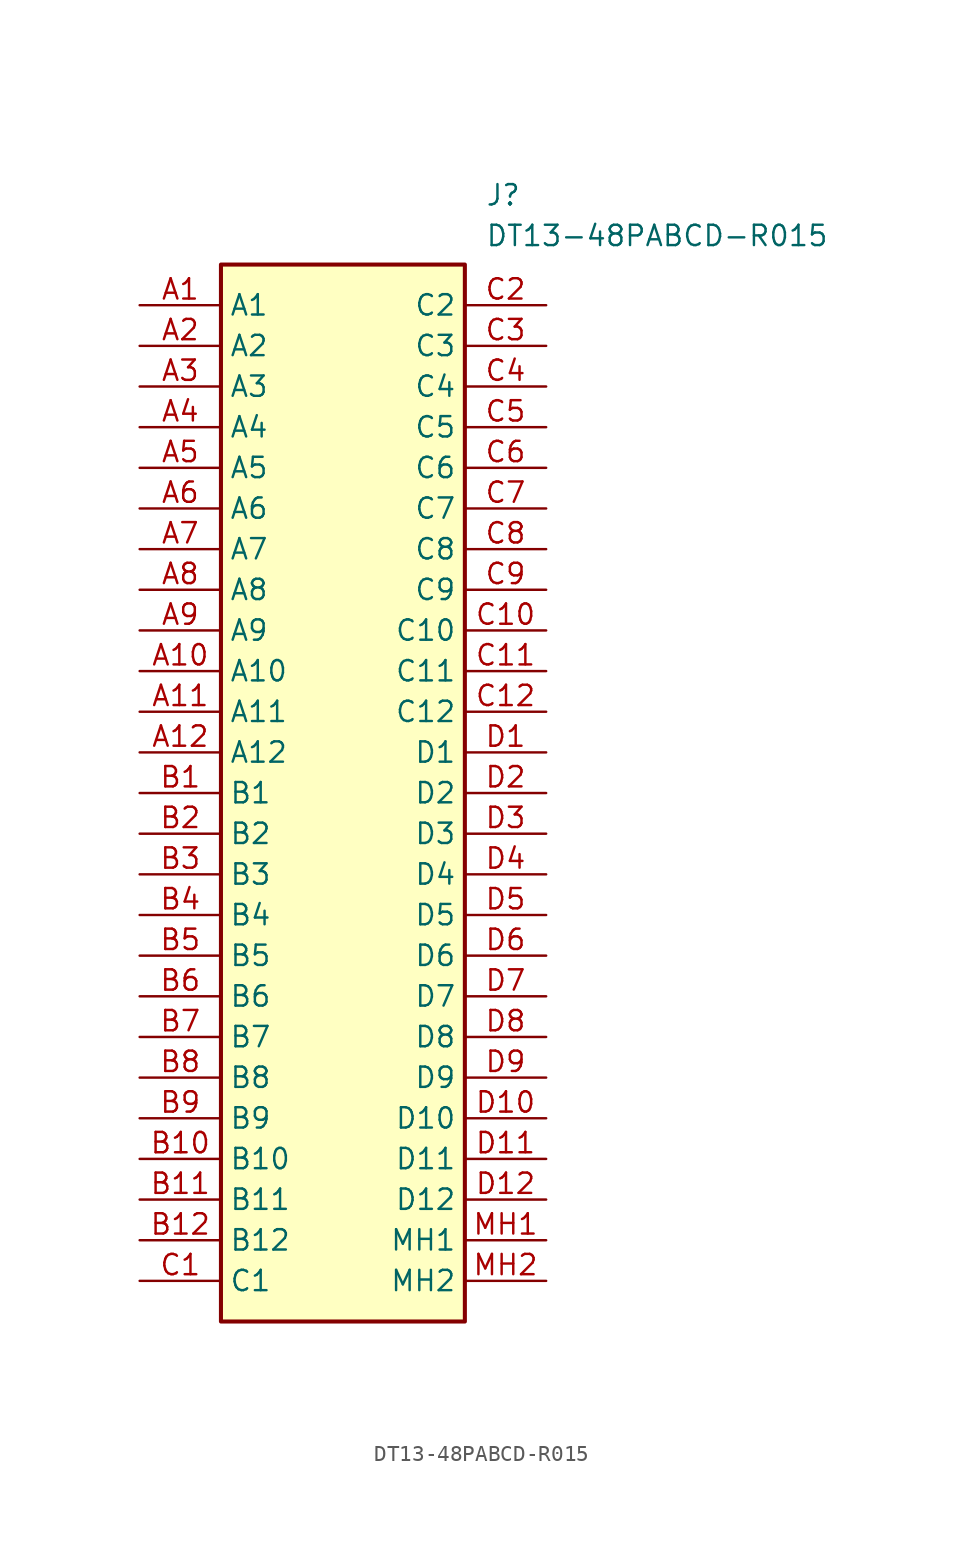
<source format=kicad_sym>
(kicad_symbol_lib
  (version 20211014)
  (generator SamacSys_ECAD_Model)
  (symbol "DT13-48PABCD-R015"
    (property "Reference" "J"
      (at 21.59 7.62 0)
      (effects (font (size 1.27 1.27)) (justify left top)))
    (property "Value" "DT13-48PABCD-R015"
      (at 21.59 5.08 0)
      (effects (font (size 1.27 1.27)) (justify left top)))
    (rectangle
      (start 5.08 2.54)
      (end 20.32 -63.5)
      (stroke (width 0.254) (type default))
      (fill (type background)))
    (pin passive line
      (at 0 0 0)
      (length 5.08)
      (name "A1" (effects (font (size 1.27 1.27))))
      (number "A1" (effects (font (size 1.27 1.27)))))
    (pin passive line
      (at 0 -2.54 0)
      (length 5.08)
      (name "A2" (effects (font (size 1.27 1.27))))
      (number "A2" (effects (font (size 1.27 1.27)))))
    (pin passive line
      (at 0 -5.08 0)
      (length 5.08)
      (name "A3" (effects (font (size 1.27 1.27))))
      (number "A3" (effects (font (size 1.27 1.27)))))
    (pin passive line
      (at 0 -7.62 0)
      (length 5.08)
      (name "A4" (effects (font (size 1.27 1.27))))
      (number "A4" (effects (font (size 1.27 1.27)))))
    (pin passive line
      (at 0 -10.16 0)
      (length 5.08)
      (name "A5" (effects (font (size 1.27 1.27))))
      (number "A5" (effects (font (size 1.27 1.27)))))
    (pin passive line
      (at 0 -12.7 0)
      (length 5.08)
      (name "A6" (effects (font (size 1.27 1.27))))
      (number "A6" (effects (font (size 1.27 1.27)))))
    (pin passive line
      (at 0 -15.24 0)
      (length 5.08)
      (name "A7" (effects (font (size 1.27 1.27))))
      (number "A7" (effects (font (size 1.27 1.27)))))
    (pin passive line
      (at 0 -17.78 0)
      (length 5.08)
      (name "A8" (effects (font (size 1.27 1.27))))
      (number "A8" (effects (font (size 1.27 1.27)))))
    (pin passive line
      (at 0 -20.32 0)
      (length 5.08)
      (name "A9" (effects (font (size 1.27 1.27))))
      (number "A9" (effects (font (size 1.27 1.27)))))
    (pin passive line
      (at 0 -22.86 0)
      (length 5.08)
      (name "A10" (effects (font (size 1.27 1.27))))
      (number "A10" (effects (font (size 1.27 1.27)))))
    (pin passive line
      (at 0 -25.4 0)
      (length 5.08)
      (name "A11" (effects (font (size 1.27 1.27))))
      (number "A11" (effects (font (size 1.27 1.27)))))
    (pin passive line
      (at 0 -27.94 0)
      (length 5.08)
      (name "A12" (effects (font (size 1.27 1.27))))
      (number "A12" (effects (font (size 1.27 1.27)))))
    (pin passive line
      (at 0 -30.48 0)
      (length 5.08)
      (name "B1" (effects (font (size 1.27 1.27))))
      (number "B1" (effects (font (size 1.27 1.27)))))
    (pin passive line
      (at 0 -33.02 0)
      (length 5.08)
      (name "B2" (effects (font (size 1.27 1.27))))
      (number "B2" (effects (font (size 1.27 1.27)))))
    (pin passive line
      (at 0 -35.56 0)
      (length 5.08)
      (name "B3" (effects (font (size 1.27 1.27))))
      (number "B3" (effects (font (size 1.27 1.27)))))
    (pin passive line
      (at 0 -38.1 0)
      (length 5.08)
      (name "B4" (effects (font (size 1.27 1.27))))
      (number "B4" (effects (font (size 1.27 1.27)))))
    (pin passive line
      (at 0 -40.64 0)
      (length 5.08)
      (name "B5" (effects (font (size 1.27 1.27))))
      (number "B5" (effects (font (size 1.27 1.27)))))
    (pin passive line
      (at 0 -43.18 0)
      (length 5.08)
      (name "B6" (effects (font (size 1.27 1.27))))
      (number "B6" (effects (font (size 1.27 1.27)))))
    (pin passive line
      (at 0 -45.72 0)
      (length 5.08)
      (name "B7" (effects (font (size 1.27 1.27))))
      (number "B7" (effects (font (size 1.27 1.27)))))
    (pin passive line
      (at 0 -48.26 0)
      (length 5.08)
      (name "B8" (effects (font (size 1.27 1.27))))
      (number "B8" (effects (font (size 1.27 1.27)))))
    (pin passive line
      (at 0 -50.8 0)
      (length 5.08)
      (name "B9" (effects (font (size 1.27 1.27))))
      (number "B9" (effects (font (size 1.27 1.27)))))
    (pin passive line
      (at 0 -53.34 0)
      (length 5.08)
      (name "B10" (effects (font (size 1.27 1.27))))
      (number "B10" (effects (font (size 1.27 1.27)))))
    (pin passive line
      (at 0 -55.88 0)
      (length 5.08)
      (name "B11" (effects (font (size 1.27 1.27))))
      (number "B11" (effects (font (size 1.27 1.27)))))
    (pin passive line
      (at 0 -58.42 0)
      (length 5.08)
      (name "B12" (effects (font (size 1.27 1.27))))
      (number "B12" (effects (font (size 1.27 1.27)))))
    (pin passive line
      (at 0 -60.96 0)
      (length 5.08)
      (name "C1" (effects (font (size 1.27 1.27))))
      (number "C1" (effects (font (size 1.27 1.27)))))
    (pin passive line
      (at 25.4 0 180)
      (length 5.08)
      (name "C2" (effects (font (size 1.27 1.27))))
      (number "C2" (effects (font (size 1.27 1.27)))))
    (pin passive line
      (at 25.4 -2.54 180)
      (length 5.08)
      (name "C3" (effects (font (size 1.27 1.27))))
      (number "C3" (effects (font (size 1.27 1.27)))))
    (pin passive line
      (at 25.4 -5.08 180)
      (length 5.08)
      (name "C4" (effects (font (size 1.27 1.27))))
      (number "C4" (effects (font (size 1.27 1.27)))))
    (pin passive line
      (at 25.4 -7.62 180)
      (length 5.08)
      (name "C5" (effects (font (size 1.27 1.27))))
      (number "C5" (effects (font (size 1.27 1.27)))))
    (pin passive line
      (at 25.4 -10.16 180)
      (length 5.08)
      (name "C6" (effects (font (size 1.27 1.27))))
      (number "C6" (effects (font (size 1.27 1.27)))))
    (pin passive line
      (at 25.4 -12.7 180)
      (length 5.08)
      (name "C7" (effects (font (size 1.27 1.27))))
      (number "C7" (effects (font (size 1.27 1.27)))))
    (pin passive line
      (at 25.4 -15.24 180)
      (length 5.08)
      (name "C8" (effects (font (size 1.27 1.27))))
      (number "C8" (effects (font (size 1.27 1.27)))))
    (pin passive line
      (at 25.4 -17.78 180)
      (length 5.08)
      (name "C9" (effects (font (size 1.27 1.27))))
      (number "C9" (effects (font (size 1.27 1.27)))))
    (pin passive line
      (at 25.4 -20.32 180)
      (length 5.08)
      (name "C10" (effects (font (size 1.27 1.27))))
      (number "C10" (effects (font (size 1.27 1.27)))))
    (pin passive line
      (at 25.4 -22.86 180)
      (length 5.08)
      (name "C11" (effects (font (size 1.27 1.27))))
      (number "C11" (effects (font (size 1.27 1.27)))))
    (pin passive line
      (at 25.4 -25.4 180)
      (length 5.08)
      (name "C12" (effects (font (size 1.27 1.27))))
      (number "C12" (effects (font (size 1.27 1.27)))))
    (pin passive line
      (at 25.4 -27.94 180)
      (length 5.08)
      (name "D1" (effects (font (size 1.27 1.27))))
      (number "D1" (effects (font (size 1.27 1.27)))))
    (pin passive line
      (at 25.4 -30.48 180)
      (length 5.08)
      (name "D2" (effects (font (size 1.27 1.27))))
      (number "D2" (effects (font (size 1.27 1.27)))))
    (pin passive line
      (at 25.4 -33.02 180)
      (length 5.08)
      (name "D3" (effects (font (size 1.27 1.27))))
      (number "D3" (effects (font (size 1.27 1.27)))))
    (pin passive line
      (at 25.4 -35.56 180)
      (length 5.08)
      (name "D4" (effects (font (size 1.27 1.27))))
      (number "D4" (effects (font (size 1.27 1.27)))))
    (pin passive line
      (at 25.4 -38.1 180)
      (length 5.08)
      (name "D5" (effects (font (size 1.27 1.27))))
      (number "D5" (effects (font (size 1.27 1.27)))))
    (pin passive line
      (at 25.4 -40.64 180)
      (length 5.08)
      (name "D6" (effects (font (size 1.27 1.27))))
      (number "D6" (effects (font (size 1.27 1.27)))))
    (pin passive line
      (at 25.4 -43.18 180)
      (length 5.08)
      (name "D7" (effects (font (size 1.27 1.27))))
      (number "D7" (effects (font (size 1.27 1.27)))))
    (pin passive line
      (at 25.4 -45.72 180)
      (length 5.08)
      (name "D8" (effects (font (size 1.27 1.27))))
      (number "D8" (effects (font (size 1.27 1.27)))))
    (pin passive line
      (at 25.4 -48.26 180)
      (length 5.08)
      (name "D9" (effects (font (size 1.27 1.27))))
      (number "D9" (effects (font (size 1.27 1.27)))))
    (pin passive line
      (at 25.4 -50.8 180)
      (length 5.08)
      (name "D10" (effects (font (size 1.27 1.27))))
      (number "D10" (effects (font (size 1.27 1.27)))))
    (pin passive line
      (at 25.4 -53.34 180)
      (length 5.08)
      (name "D11" (effects (font (size 1.27 1.27))))
      (number "D11" (effects (font (size 1.27 1.27)))))
    (pin passive line
      (at 25.4 -55.88 180)
      (length 5.08)
      (name "D12" (effects (font (size 1.27 1.27))))
      (number "D12" (effects (font (size 1.27 1.27)))))
    (pin passive line
      (at 25.4 -58.42 180)
      (length 5.08)
      (name "MH1" (effects (font (size 1.27 1.27))))
      (number "MH1" (effects (font (size 1.27 1.27)))))
    (pin passive line
      (at 25.4 -60.96 180)
      (length 5.08)
      (name "MH2" (effects (font (size 1.27 1.27))))
      (number "MH2" (effects (font (size 1.27 1.27)))))))
</source>
